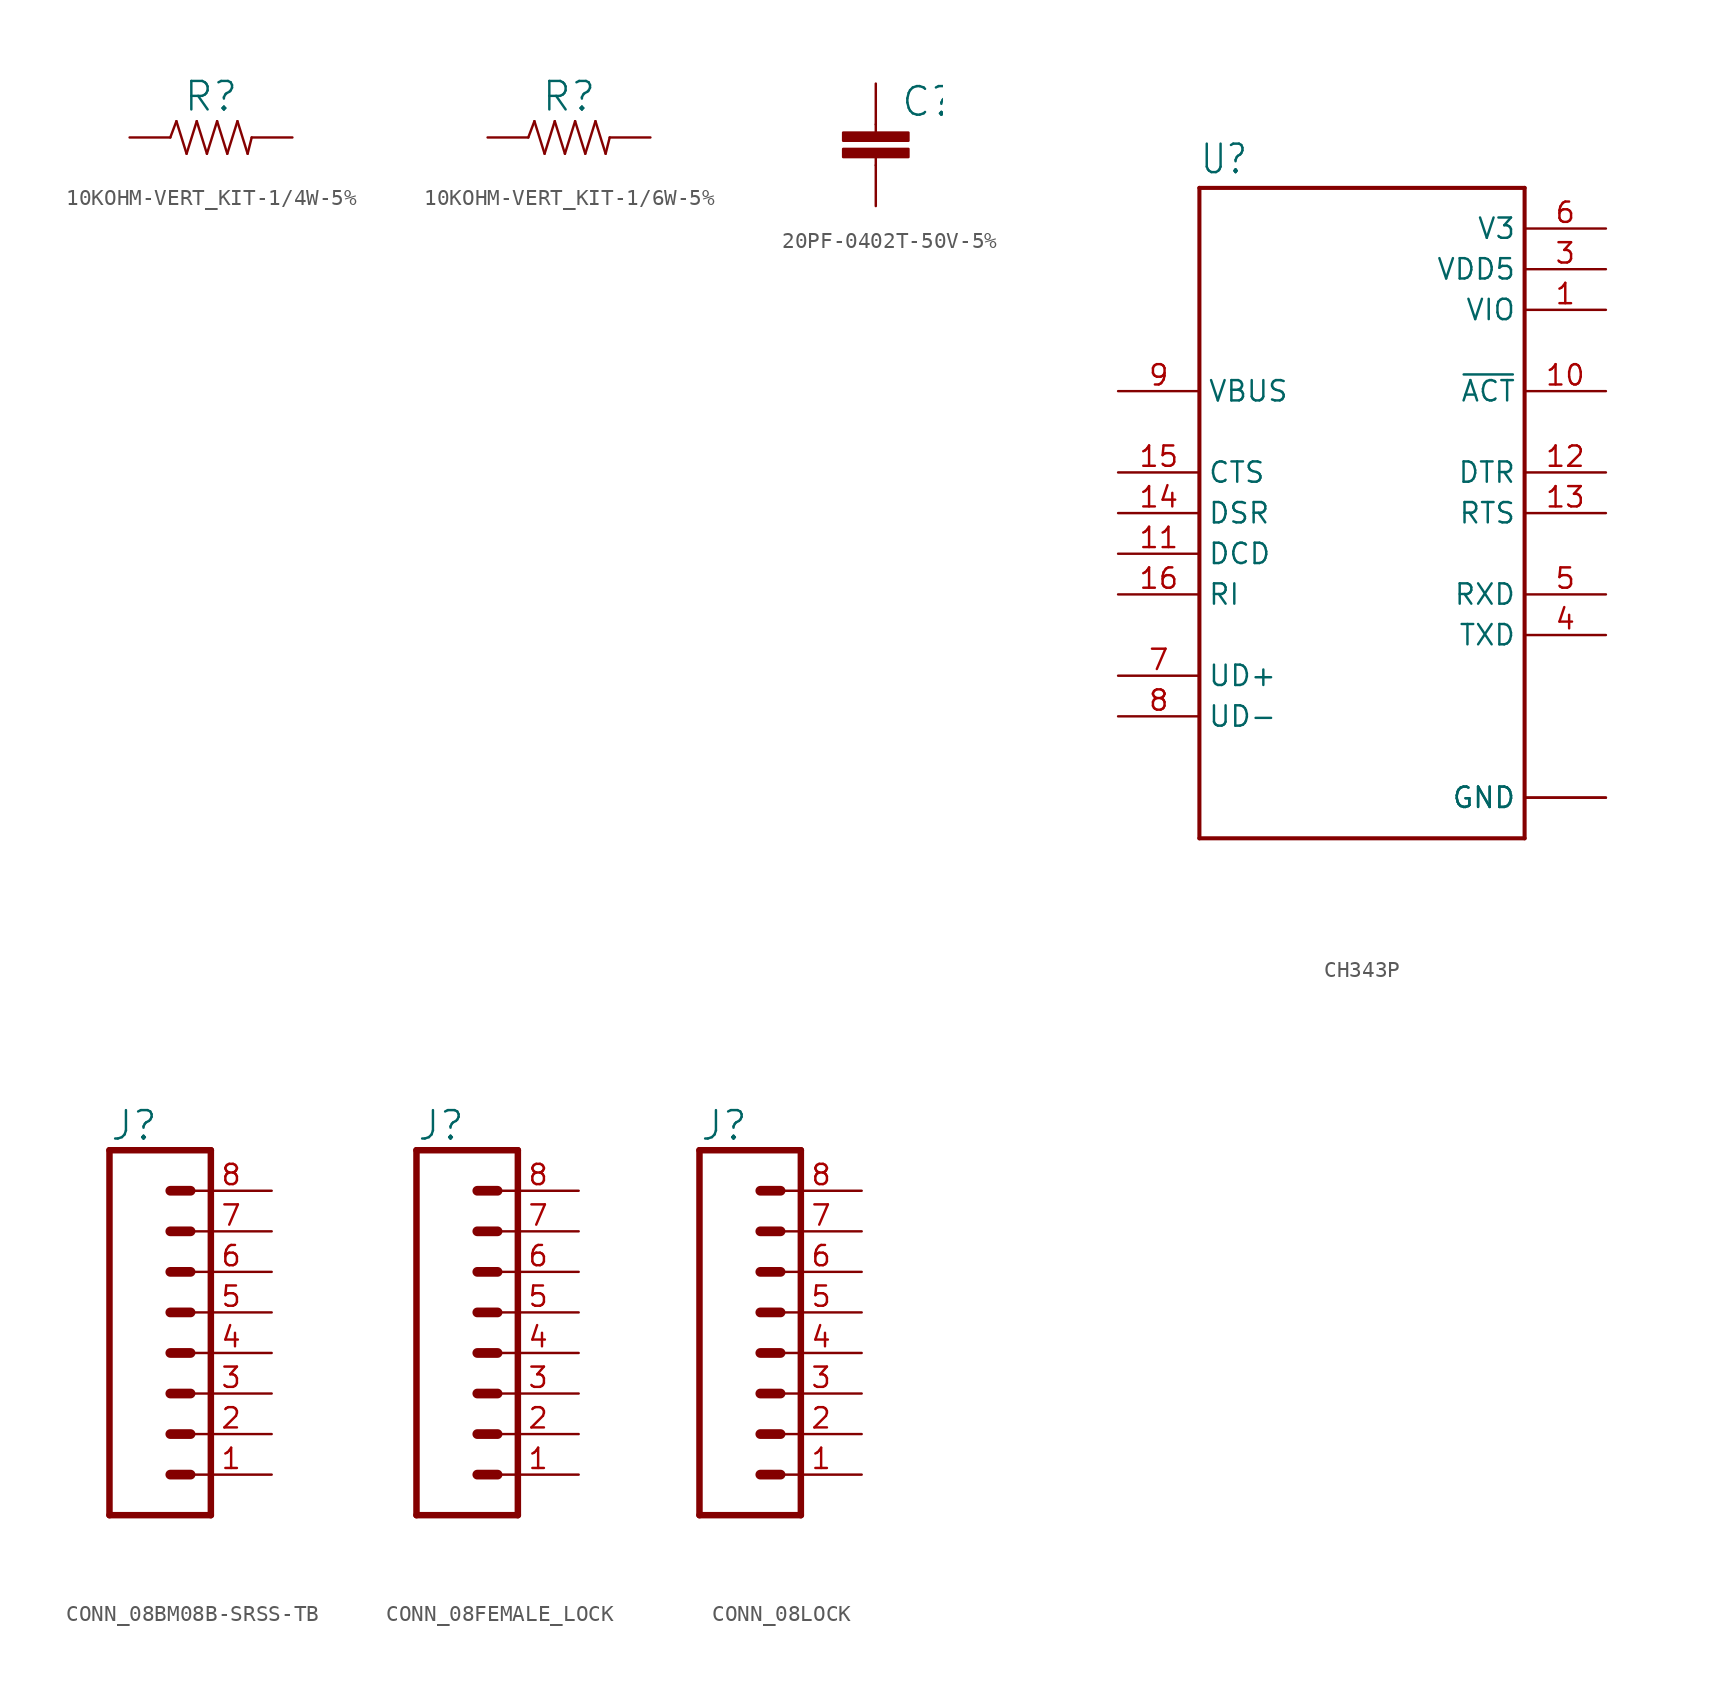
<source format=kicad_sym>
(kicad_symbol_lib
  (version 20220914)
  (generator kicad_symbol_editor)
  (symbol "10KOHM-VERT_KIT-1/4W-5%"
    (property "Reference" "R"
      (at 0 1.524 0)
      (effects (font (size 1.778 1.778)) (justify bottom)))
    (property "Value" ""
      (at 0 -1.524 0)
      (effects (font (size 1.778 1.778)) (justify top)))
    (property "ki_locked" ""
      (at 0 0 0)
      (effects (font (size 1.27 1.27))))
    (symbol "10KOHM-VERT_KIT-1/4W-5%_1_0"
      (polyline (pts (xy -2.54 0) (xy -2.159 1.016)) (stroke (width 0.152) (type solid)) (fill (type none)))
      (polyline (pts (xy -2.159 1.016) (xy -1.524 -1.016)) (stroke (width 0.152) (type solid)) (fill (type none)))
      (polyline (pts (xy -1.524 -1.016) (xy -0.889 1.016)) (stroke (width 0.152) (type solid)) (fill (type none)))
      (polyline (pts (xy -0.889 1.016) (xy -0.254 -1.016)) (stroke (width 0.152) (type solid)) (fill (type none)))
      (polyline (pts (xy -0.254 -1.016) (xy 0.381 1.016)) (stroke (width 0.152) (type solid)) (fill (type none)))
      (polyline (pts (xy 0.381 1.016) (xy 1.016 -1.016)) (stroke (width 0.152) (type solid)) (fill (type none)))
      (polyline (pts (xy 1.016 -1.016) (xy 1.651 1.016)) (stroke (width 0.152) (type solid)) (fill (type none)))
      (polyline (pts (xy 1.651 1.016) (xy 2.286 -1.016)) (stroke (width 0.152) (type solid)) (fill (type none)))
      (polyline (pts (xy 2.286 -1.016) (xy 2.54 0)) (stroke (width 0.152) (type solid)) (fill (type none)))
      (pin passive line (at -5.08 0 0) (length 2.54) (name "1" (effects (font (size 0 0)))) (number "P$1" (effects (font (size 0 0)))))
      (pin passive line (at 5.08 0 180) (length 2.54) (name "2" (effects (font (size 0 0)))) (number "P$2" (effects (font (size 0 0)))))))
  (symbol "10KOHM-VERT_KIT-1/6W-5%"
    (property "Reference" "R"
      (at 0 1.524 0)
      (effects (font (size 1.778 1.778)) (justify bottom)))
    (property "Value" ""
      (at 0 -1.524 0)
      (effects (font (size 1.778 1.778)) (justify top)))
    (property "ki_locked" ""
      (at 0 0 0)
      (effects (font (size 1.27 1.27))))
    (symbol "10KOHM-VERT_KIT-1/6W-5%_1_0"
      (polyline (pts (xy -2.54 0) (xy -2.159 1.016)) (stroke (width 0.152) (type solid)) (fill (type none)))
      (polyline (pts (xy -2.159 1.016) (xy -1.524 -1.016)) (stroke (width 0.152) (type solid)) (fill (type none)))
      (polyline (pts (xy -1.524 -1.016) (xy -0.889 1.016)) (stroke (width 0.152) (type solid)) (fill (type none)))
      (polyline (pts (xy -0.889 1.016) (xy -0.254 -1.016)) (stroke (width 0.152) (type solid)) (fill (type none)))
      (polyline (pts (xy -0.254 -1.016) (xy 0.381 1.016)) (stroke (width 0.152) (type solid)) (fill (type none)))
      (polyline (pts (xy 0.381 1.016) (xy 1.016 -1.016)) (stroke (width 0.152) (type solid)) (fill (type none)))
      (polyline (pts (xy 1.016 -1.016) (xy 1.651 1.016)) (stroke (width 0.152) (type solid)) (fill (type none)))
      (polyline (pts (xy 1.651 1.016) (xy 2.286 -1.016)) (stroke (width 0.152) (type solid)) (fill (type none)))
      (polyline (pts (xy 2.286 -1.016) (xy 2.54 0)) (stroke (width 0.152) (type solid)) (fill (type none)))
      (pin passive line (at -5.08 0 0) (length 2.54) (name "1" (effects (font (size 0 0)))) (number "P$1" (effects (font (size 0 0)))))
      (pin passive line (at 5.08 0 180) (length 2.54) (name "2" (effects (font (size 0 0)))) (number "P$2" (effects (font (size 0 0)))))))
  (symbol "20PF-0402T-50V-5%"
    (property "Reference" "C"
      (at 1.524 2.921 0)
      (effects (font (size 1.778 1.778)) (justify left bottom)))
    (property "Value" ""
      (at 1.524 -2.159 0)
      (effects (font (size 1.778 1.778)) (justify left bottom)))
    (property "ki_locked" ""
      (at 0 0 0)
      (effects (font (size 1.27 1.27))))
    (symbol "20PF-0402T-50V-5%_1_0"
      (rectangle (start -2.032 0.508) (end 2.032 1.016) (stroke (width 0) (type default)) (fill (type outline)))
      (rectangle (start -2.032 1.524) (end 2.032 2.032) (stroke (width 0) (type default)) (fill (type outline)))
      (polyline (pts (xy 0 0) (xy 0 0.508)) (stroke (width 0.152) (type solid)) (fill (type none)))
      (polyline (pts (xy 0 2.54) (xy 0 2.032)) (stroke (width 0.152) (type solid)) (fill (type none)))
      (pin passive line (at 0 5.08 270) (length 2.54) (name "1" (effects (font (size 0 0)))) (number "1" (effects (font (size 0 0)))))
      (pin passive line (at 0 -2.54 90) (length 2.54) (name "2" (effects (font (size 0 0)))) (number "2" (effects (font (size 0 0)))))))
  (symbol "CH343P"
    (property "Reference" "U"
      (at -10.16 21.082 0)
      (effects (font (size 1.778 1.511)) (justify left bottom)))
    (property "Value" ""
      (at -10.16 -22.86 0)
      (effects (font (size 1.778 1.511)) (justify left bottom)))
    (property "ki_locked" ""
      (at 0 0 0)
      (effects (font (size 1.27 1.27))))
    (symbol "CH343P_1_0"
      (polyline (pts (xy -10.16 -20.32) (xy 10.16 -20.32)) (stroke (width 0.254) (type solid)) (fill (type none)))
      (polyline (pts (xy -10.16 20.32) (xy -10.16 -20.32)) (stroke (width 0.254) (type solid)) (fill (type none)))
      (polyline (pts (xy 10.16 -20.32) (xy 10.16 20.32)) (stroke (width 0.254) (type solid)) (fill (type none)))
      (polyline (pts (xy 10.16 20.32) (xy -10.16 20.32)) (stroke (width 0.254) (type solid)) (fill (type none)))
      (pin power_in line (at 15.24 12.7 180) (length 5.08) (name "VIO" (effects (font (size 1.27 1.27)))) (number "1" (effects (font (size 1.27 1.27)))))
      (pin output line (at 15.24 7.62 180) (length 5.08) (name "~{ACT}" (effects (font (size 1.27 1.27)))) (number "10" (effects (font (size 1.27 1.27)))))
      (pin input line (at -15.24 -2.54 0) (length 5.08) (name "DCD" (effects (font (size 1.27 1.27)))) (number "11" (effects (font (size 1.27 1.27)))))
      (pin output line (at 15.24 2.54 180) (length 5.08) (name "DTR" (effects (font (size 1.27 1.27)))) (number "12" (effects (font (size 1.27 1.27)))))
      (pin output line (at 15.24 0 180) (length 5.08) (name "RTS" (effects (font (size 1.27 1.27)))) (number "13" (effects (font (size 1.27 1.27)))))
      (pin input line (at -15.24 0 0) (length 5.08) (name "DSR" (effects (font (size 1.27 1.27)))) (number "14" (effects (font (size 1.27 1.27)))))
      (pin input line (at -15.24 2.54 0) (length 5.08) (name "CTS" (effects (font (size 1.27 1.27)))) (number "15" (effects (font (size 1.27 1.27)))))
      (pin input line (at -15.24 -5.08 0) (length 5.08) (name "RI" (effects (font (size 1.27 1.27)))) (number "16" (effects (font (size 1.27 1.27)))))
      (pin power_in line (at 15.24 -17.78 180) (length 5.08) (name "GND" (effects (font (size 1.27 1.27)))) (number "17" (effects (font (size 0 0)))))
      (pin power_in line (at 15.24 -17.78 180) (length 5.08) (name "GND" (effects (font (size 1.27 1.27)))) (number "2" (effects (font (size 0 0)))))
      (pin power_in line (at 15.24 15.24 180) (length 5.08) (name "VDD5" (effects (font (size 1.27 1.27)))) (number "3" (effects (font (size 1.27 1.27)))))
      (pin output line (at 15.24 -7.62 180) (length 5.08) (name "TXD" (effects (font (size 1.27 1.27)))) (number "4" (effects (font (size 1.27 1.27)))))
      (pin input line (at 15.24 -5.08 180) (length 5.08) (name "RXD" (effects (font (size 1.27 1.27)))) (number "5" (effects (font (size 1.27 1.27)))))
      (pin power_in line (at 15.24 17.78 180) (length 5.08) (name "V3" (effects (font (size 1.27 1.27)))) (number "6" (effects (font (size 1.27 1.27)))))
      (pin bidirectional line (at -15.24 -10.16 0) (length 5.08) (name "UD+" (effects (font (size 1.27 1.27)))) (number "7" (effects (font (size 1.27 1.27)))))
      (pin bidirectional line (at -15.24 -12.7 0) (length 5.08) (name "UD-" (effects (font (size 1.27 1.27)))) (number "8" (effects (font (size 1.27 1.27)))))
      (pin input line (at -15.24 7.62 0) (length 5.08) (name "VBUS" (effects (font (size 1.27 1.27)))) (number "9" (effects (font (size 1.27 1.27)))))))
  (symbol "CONN_08BM08B-SRSS-TB"
    (property "Reference" "J"
      (at -5.08 13.208 0)
      (effects (font (size 1.778 1.778)) (justify left bottom)))
    (property "Value" ""
      (at -5.08 -12.446 0)
      (effects (font (size 1.778 1.778)) (justify left bottom)))
    (property "ki_locked" ""
      (at 0 0 0)
      (effects (font (size 1.27 1.27))))
    (symbol "CONN_08BM08B-SRSS-TB_1_0"
      (polyline (pts (xy -5.08 12.7) (xy -5.08 -10.16)) (stroke (width 0.406) (type solid)) (fill (type none)))
      (polyline (pts (xy -5.08 12.7) (xy 1.27 12.7)) (stroke (width 0.406) (type solid)) (fill (type none)))
      (polyline (pts (xy -1.27 -7.62) (xy 0 -7.62)) (stroke (width 0.61) (type solid)) (fill (type none)))
      (polyline (pts (xy -1.27 -5.08) (xy 0 -5.08)) (stroke (width 0.61) (type solid)) (fill (type none)))
      (polyline (pts (xy -1.27 -2.54) (xy 0 -2.54)) (stroke (width 0.61) (type solid)) (fill (type none)))
      (polyline (pts (xy -1.27 0) (xy 0 0)) (stroke (width 0.61) (type solid)) (fill (type none)))
      (polyline (pts (xy -1.27 2.54) (xy 0 2.54)) (stroke (width 0.61) (type solid)) (fill (type none)))
      (polyline (pts (xy -1.27 5.08) (xy 0 5.08)) (stroke (width 0.61) (type solid)) (fill (type none)))
      (polyline (pts (xy -1.27 7.62) (xy 0 7.62)) (stroke (width 0.61) (type solid)) (fill (type none)))
      (polyline (pts (xy -1.27 10.16) (xy 0 10.16)) (stroke (width 0.61) (type solid)) (fill (type none)))
      (polyline (pts (xy 1.27 -10.16) (xy -5.08 -10.16)) (stroke (width 0.406) (type solid)) (fill (type none)))
      (polyline (pts (xy 1.27 -10.16) (xy 1.27 12.7)) (stroke (width 0.406) (type solid)) (fill (type none)))
      (pin passive line (at 5.08 -7.62 180) (length 5.08) (name "1" (effects (font (size 0 0)))) (number "1" (effects (font (size 1.27 1.27)))))
      (pin passive line (at 5.08 -5.08 180) (length 5.08) (name "2" (effects (font (size 0 0)))) (number "2" (effects (font (size 1.27 1.27)))))
      (pin passive line (at 5.08 -2.54 180) (length 5.08) (name "3" (effects (font (size 0 0)))) (number "3" (effects (font (size 1.27 1.27)))))
      (pin passive line (at 5.08 0 180) (length 5.08) (name "4" (effects (font (size 0 0)))) (number "4" (effects (font (size 1.27 1.27)))))
      (pin passive line (at 5.08 2.54 180) (length 5.08) (name "5" (effects (font (size 0 0)))) (number "5" (effects (font (size 1.27 1.27)))))
      (pin passive line (at 5.08 5.08 180) (length 5.08) (name "6" (effects (font (size 0 0)))) (number "6" (effects (font (size 1.27 1.27)))))
      (pin passive line (at 5.08 7.62 180) (length 5.08) (name "7" (effects (font (size 0 0)))) (number "7" (effects (font (size 1.27 1.27)))))
      (pin passive line (at 5.08 10.16 180) (length 5.08) (name "8" (effects (font (size 0 0)))) (number "8" (effects (font (size 1.27 1.27)))))))
  (symbol "CONN_08FEMALE_LOCK"
    (property "Reference" "J"
      (at -5.08 13.208 0)
      (effects (font (size 1.778 1.778)) (justify left bottom)))
    (property "Value" ""
      (at -5.08 -12.446 0)
      (effects (font (size 1.778 1.778)) (justify left bottom)))
    (property "ki_locked" ""
      (at 0 0 0)
      (effects (font (size 1.27 1.27))))
    (symbol "CONN_08FEMALE_LOCK_1_0"
      (polyline (pts (xy -5.08 12.7) (xy -5.08 -10.16)) (stroke (width 0.406) (type solid)) (fill (type none)))
      (polyline (pts (xy -5.08 12.7) (xy 1.27 12.7)) (stroke (width 0.406) (type solid)) (fill (type none)))
      (polyline (pts (xy -1.27 -7.62) (xy 0 -7.62)) (stroke (width 0.61) (type solid)) (fill (type none)))
      (polyline (pts (xy -1.27 -5.08) (xy 0 -5.08)) (stroke (width 0.61) (type solid)) (fill (type none)))
      (polyline (pts (xy -1.27 -2.54) (xy 0 -2.54)) (stroke (width 0.61) (type solid)) (fill (type none)))
      (polyline (pts (xy -1.27 0) (xy 0 0)) (stroke (width 0.61) (type solid)) (fill (type none)))
      (polyline (pts (xy -1.27 2.54) (xy 0 2.54)) (stroke (width 0.61) (type solid)) (fill (type none)))
      (polyline (pts (xy -1.27 5.08) (xy 0 5.08)) (stroke (width 0.61) (type solid)) (fill (type none)))
      (polyline (pts (xy -1.27 7.62) (xy 0 7.62)) (stroke (width 0.61) (type solid)) (fill (type none)))
      (polyline (pts (xy -1.27 10.16) (xy 0 10.16)) (stroke (width 0.61) (type solid)) (fill (type none)))
      (polyline (pts (xy 1.27 -10.16) (xy -5.08 -10.16)) (stroke (width 0.406) (type solid)) (fill (type none)))
      (polyline (pts (xy 1.27 -10.16) (xy 1.27 12.7)) (stroke (width 0.406) (type solid)) (fill (type none)))
      (pin passive line (at 5.08 -7.62 180) (length 5.08) (name "1" (effects (font (size 0 0)))) (number "1" (effects (font (size 1.27 1.27)))))
      (pin passive line (at 5.08 -5.08 180) (length 5.08) (name "2" (effects (font (size 0 0)))) (number "2" (effects (font (size 1.27 1.27)))))
      (pin passive line (at 5.08 -2.54 180) (length 5.08) (name "3" (effects (font (size 0 0)))) (number "3" (effects (font (size 1.27 1.27)))))
      (pin passive line (at 5.08 0 180) (length 5.08) (name "4" (effects (font (size 0 0)))) (number "4" (effects (font (size 1.27 1.27)))))
      (pin passive line (at 5.08 2.54 180) (length 5.08) (name "5" (effects (font (size 0 0)))) (number "5" (effects (font (size 1.27 1.27)))))
      (pin passive line (at 5.08 5.08 180) (length 5.08) (name "6" (effects (font (size 0 0)))) (number "6" (effects (font (size 1.27 1.27)))))
      (pin passive line (at 5.08 7.62 180) (length 5.08) (name "7" (effects (font (size 0 0)))) (number "7" (effects (font (size 1.27 1.27)))))
      (pin passive line (at 5.08 10.16 180) (length 5.08) (name "8" (effects (font (size 0 0)))) (number "8" (effects (font (size 1.27 1.27)))))))
  (symbol "CONN_08LOCK"
    (property "Reference" "J"
      (at -5.08 13.208 0)
      (effects (font (size 1.778 1.778)) (justify left bottom)))
    (property "Value" ""
      (at -5.08 -12.446 0)
      (effects (font (size 1.778 1.778)) (justify left bottom)))
    (property "ki_locked" ""
      (at 0 0 0)
      (effects (font (size 1.27 1.27))))
    (symbol "CONN_08LOCK_1_0"
      (polyline (pts (xy -5.08 12.7) (xy -5.08 -10.16)) (stroke (width 0.406) (type solid)) (fill (type none)))
      (polyline (pts (xy -5.08 12.7) (xy 1.27 12.7)) (stroke (width 0.406) (type solid)) (fill (type none)))
      (polyline (pts (xy -1.27 -7.62) (xy 0 -7.62)) (stroke (width 0.61) (type solid)) (fill (type none)))
      (polyline (pts (xy -1.27 -5.08) (xy 0 -5.08)) (stroke (width 0.61) (type solid)) (fill (type none)))
      (polyline (pts (xy -1.27 -2.54) (xy 0 -2.54)) (stroke (width 0.61) (type solid)) (fill (type none)))
      (polyline (pts (xy -1.27 0) (xy 0 0)) (stroke (width 0.61) (type solid)) (fill (type none)))
      (polyline (pts (xy -1.27 2.54) (xy 0 2.54)) (stroke (width 0.61) (type solid)) (fill (type none)))
      (polyline (pts (xy -1.27 5.08) (xy 0 5.08)) (stroke (width 0.61) (type solid)) (fill (type none)))
      (polyline (pts (xy -1.27 7.62) (xy 0 7.62)) (stroke (width 0.61) (type solid)) (fill (type none)))
      (polyline (pts (xy -1.27 10.16) (xy 0 10.16)) (stroke (width 0.61) (type solid)) (fill (type none)))
      (polyline (pts (xy 1.27 -10.16) (xy -5.08 -10.16)) (stroke (width 0.406) (type solid)) (fill (type none)))
      (polyline (pts (xy 1.27 -10.16) (xy 1.27 12.7)) (stroke (width 0.406) (type solid)) (fill (type none)))
      (pin passive line (at 5.08 -7.62 180) (length 5.08) (name "1" (effects (font (size 0 0)))) (number "1" (effects (font (size 1.27 1.27)))))
      (pin passive line (at 5.08 -5.08 180) (length 5.08) (name "2" (effects (font (size 0 0)))) (number "2" (effects (font (size 1.27 1.27)))))
      (pin passive line (at 5.08 -2.54 180) (length 5.08) (name "3" (effects (font (size 0 0)))) (number "3" (effects (font (size 1.27 1.27)))))
      (pin passive line (at 5.08 0 180) (length 5.08) (name "4" (effects (font (size 0 0)))) (number "4" (effects (font (size 1.27 1.27)))))
      (pin passive line (at 5.08 2.54 180) (length 5.08) (name "5" (effects (font (size 0 0)))) (number "5" (effects (font (size 1.27 1.27)))))
      (pin passive line (at 5.08 5.08 180) (length 5.08) (name "6" (effects (font (size 0 0)))) (number "6" (effects (font (size 1.27 1.27)))))
      (pin passive line (at 5.08 7.62 180) (length 5.08) (name "7" (effects (font (size 0 0)))) (number "7" (effects (font (size 1.27 1.27)))))
      (pin passive line (at 5.08 10.16 180) (length 5.08) (name "8" (effects (font (size 0 0)))) (number "8" (effects (font (size 1.27 1.27))))))))
</source>
